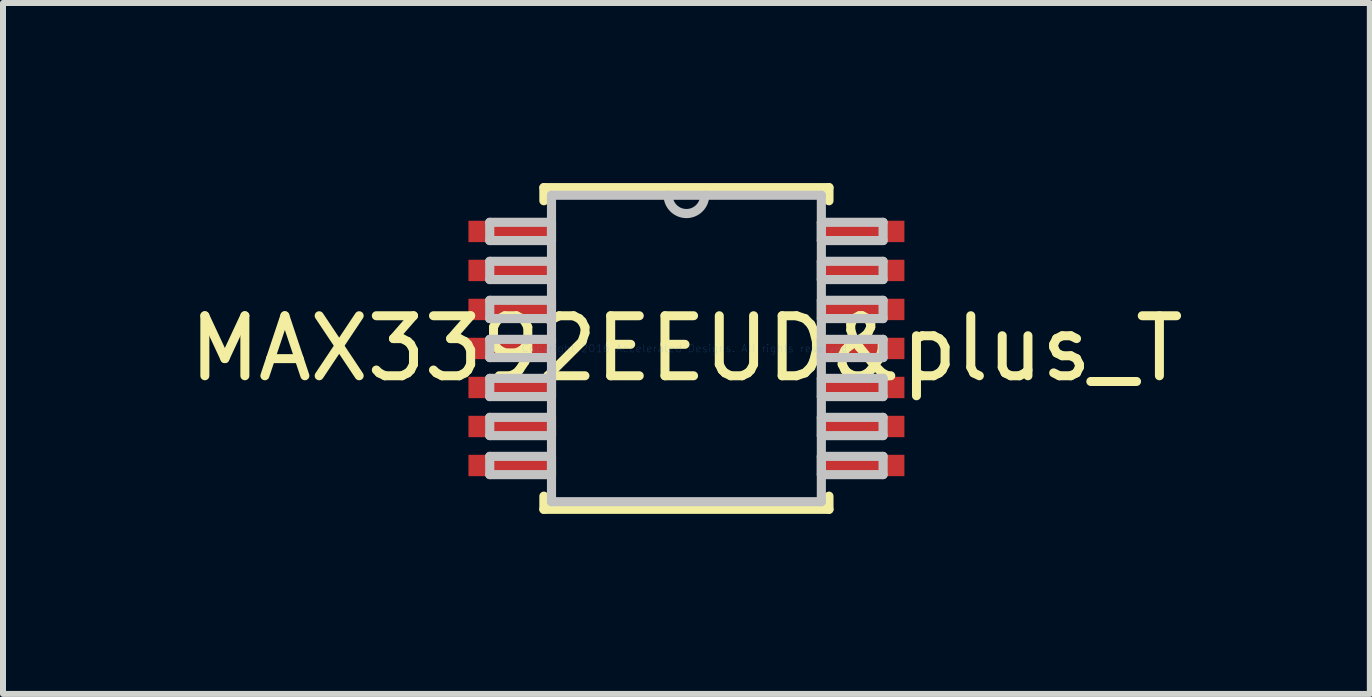
<source format=kicad_pcb>
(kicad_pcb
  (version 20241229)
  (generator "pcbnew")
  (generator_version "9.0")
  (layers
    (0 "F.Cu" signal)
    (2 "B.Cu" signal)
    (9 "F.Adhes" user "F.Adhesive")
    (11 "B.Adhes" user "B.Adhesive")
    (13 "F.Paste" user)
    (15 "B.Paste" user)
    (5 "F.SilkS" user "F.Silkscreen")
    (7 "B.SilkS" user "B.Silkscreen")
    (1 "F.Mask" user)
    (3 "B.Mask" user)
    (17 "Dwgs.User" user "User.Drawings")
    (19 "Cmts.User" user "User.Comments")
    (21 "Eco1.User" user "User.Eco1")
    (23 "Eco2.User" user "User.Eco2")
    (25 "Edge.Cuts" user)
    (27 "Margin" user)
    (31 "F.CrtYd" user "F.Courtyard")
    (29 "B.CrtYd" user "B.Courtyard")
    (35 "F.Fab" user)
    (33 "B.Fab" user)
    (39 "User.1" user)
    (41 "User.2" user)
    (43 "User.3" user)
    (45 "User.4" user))
  (footprint "MAX3392EEUD&plus_T"
    (layer "F.Cu")
    (at 8.387 2.756)
    (property "Reference" "MAX3392EEUD&plus_T" (at 0 0 0) (layer "F.SilkS") (effects (font (size 1 1) (thickness 0.15))))
    (attr through_hole)
    (fp_line (start -2.375 -2.68) (end -2.375 -2.461) (stroke (width 0.152) (type solid)) (layer "F.SilkS"))
    (fp_line (start -2.375 2.461) (end -2.375 2.68) (stroke (width 0.152) (type solid)) (layer "F.SilkS"))
    (fp_line (start -2.375 2.68) (end 2.375 2.68) (stroke (width 0.152) (type solid)) (layer "F.SilkS"))
    (fp_line (start 2.375 -2.68) (end -2.375 -2.68) (stroke (width 0.152) (type solid)) (layer "F.SilkS"))
    (fp_line (start 2.375 -2.461) (end 2.375 -2.68) (stroke (width 0.152) (type solid)) (layer "F.SilkS"))
    (fp_line (start 2.375 2.68) (end 2.375 2.461) (stroke (width 0.152) (type solid)) (layer "F.SilkS"))
    (fp_line (start -3.277 -2.102) (end -3.277 -1.798) (stroke (width 0.152) (type solid)) (layer "Dwgs.User"))
    (fp_line (start -3.277 -1.798) (end -2.248 -1.798) (stroke (width 0.152) (type solid)) (layer "Dwgs.User"))
    (fp_line (start -3.277 -1.452) (end -3.277 -1.148) (stroke (width 0.152) (type solid)) (layer "Dwgs.User"))
    (fp_line (start -3.277 -1.148) (end -2.248 -1.148) (stroke (width 0.152) (type solid)) (layer "Dwgs.User"))
    (fp_line (start -3.277 -0.802) (end -3.277 -0.498) (stroke (width 0.152) (type solid)) (layer "Dwgs.User"))
    (fp_line (start -3.277 -0.498) (end -2.248 -0.498) (stroke (width 0.152) (type solid)) (layer "Dwgs.User"))
    (fp_line (start -3.277 -0.152) (end -3.277 0.152) (stroke (width 0.152) (type solid)) (layer "Dwgs.User"))
    (fp_line (start -3.277 0.152) (end -2.248 0.152) (stroke (width 0.152) (type solid)) (layer "Dwgs.User"))
    (fp_line (start -3.277 0.498) (end -3.277 0.802) (stroke (width 0.152) (type solid)) (layer "Dwgs.User"))
    (fp_line (start -3.277 0.802) (end -2.248 0.802) (stroke (width 0.152) (type solid)) (layer "Dwgs.User"))
    (fp_line (start -3.277 1.148) (end -3.277 1.452) (stroke (width 0.152) (type solid)) (layer "Dwgs.User"))
    (fp_line (start -3.277 1.452) (end -2.248 1.452) (stroke (width 0.152) (type solid)) (layer "Dwgs.User"))
    (fp_line (start -3.277 1.798) (end -3.277 2.102) (stroke (width 0.152) (type solid)) (layer "Dwgs.User"))
    (fp_line (start -3.277 2.102) (end -2.248 2.102) (stroke (width 0.152) (type solid)) (layer "Dwgs.User"))
    (fp_line (start -2.248 -2.553) (end -2.248 2.553) (stroke (width 0.152) (type solid)) (layer "Dwgs.User"))
    (fp_line (start -2.248 -2.102) (end -3.277 -2.102) (stroke (width 0.152) (type solid)) (layer "Dwgs.User"))
    (fp_line (start -2.248 -1.798) (end -2.248 -2.102) (stroke (width 0.152) (type solid)) (layer "Dwgs.User"))
    (fp_line (start -2.248 -1.452) (end -3.277 -1.452) (stroke (width 0.152) (type solid)) (layer "Dwgs.User"))
    (fp_line (start -2.248 -1.148) (end -2.248 -1.452) (stroke (width 0.152) (type solid)) (layer "Dwgs.User"))
    (fp_line (start -2.248 -0.802) (end -3.277 -0.802) (stroke (width 0.152) (type solid)) (layer "Dwgs.User"))
    (fp_line (start -2.248 -0.498) (end -2.248 -0.802) (stroke (width 0.152) (type solid)) (layer "Dwgs.User"))
    (fp_line (start -2.248 -0.152) (end -3.277 -0.152) (stroke (width 0.152) (type solid)) (layer "Dwgs.User"))
    (fp_line (start -2.248 0.152) (end -2.248 -0.152) (stroke (width 0.152) (type solid)) (layer "Dwgs.User"))
    (fp_line (start -2.248 0.498) (end -3.277 0.498) (stroke (width 0.152) (type solid)) (layer "Dwgs.User"))
    (fp_line (start -2.248 0.802) (end -2.248 0.498) (stroke (width 0.152) (type solid)) (layer "Dwgs.User"))
    (fp_line (start -2.248 1.148) (end -3.277 1.148) (stroke (width 0.152) (type solid)) (layer "Dwgs.User"))
    (fp_line (start -2.248 1.452) (end -2.248 1.148) (stroke (width 0.152) (type solid)) (layer "Dwgs.User"))
    (fp_line (start -2.248 1.798) (end -3.277 1.798) (stroke (width 0.152) (type solid)) (layer "Dwgs.User"))
    (fp_line (start -2.248 2.102) (end -2.248 1.798) (stroke (width 0.152) (type solid)) (layer "Dwgs.User"))
    (fp_line (start -2.248 2.553) (end 2.248 2.553) (stroke (width 0.152) (type solid)) (layer "Dwgs.User"))
    (fp_line (start 2.248 -2.553) (end -2.248 -2.553) (stroke (width 0.152) (type solid)) (layer "Dwgs.User"))
    (fp_line (start 2.248 -2.102) (end 2.248 -1.798) (stroke (width 0.152) (type solid)) (layer "Dwgs.User"))
    (fp_line (start 2.248 -1.798) (end 3.277 -1.798) (stroke (width 0.152) (type solid)) (layer "Dwgs.User"))
    (fp_line (start 2.248 -1.452) (end 2.248 -1.148) (stroke (width 0.152) (type solid)) (layer "Dwgs.User"))
    (fp_line (start 2.248 -1.148) (end 3.277 -1.148) (stroke (width 0.152) (type solid)) (layer "Dwgs.User"))
    (fp_line (start 2.248 -0.802) (end 2.248 -0.498) (stroke (width 0.152) (type solid)) (layer "Dwgs.User"))
    (fp_line (start 2.248 -0.498) (end 3.277 -0.498) (stroke (width 0.152) (type solid)) (layer "Dwgs.User"))
    (fp_line (start 2.248 -0.152) (end 2.248 0.152) (stroke (width 0.152) (type solid)) (layer "Dwgs.User"))
    (fp_line (start 2.248 0.152) (end 3.277 0.152) (stroke (width 0.152) (type solid)) (layer "Dwgs.User"))
    (fp_line (start 2.248 0.498) (end 2.248 0.802) (stroke (width 0.152) (type solid)) (layer "Dwgs.User"))
    (fp_line (start 2.248 0.802) (end 3.277 0.802) (stroke (width 0.152) (type solid)) (layer "Dwgs.User"))
    (fp_line (start 2.248 1.148) (end 2.248 1.452) (stroke (width 0.152) (type solid)) (layer "Dwgs.User"))
    (fp_line (start 2.248 1.452) (end 3.277 1.452) (stroke (width 0.152) (type solid)) (layer "Dwgs.User"))
    (fp_line (start 2.248 1.798) (end 2.248 2.102) (stroke (width 0.152) (type solid)) (layer "Dwgs.User"))
    (fp_line (start 2.248 2.102) (end 3.277 2.102) (stroke (width 0.152) (type solid)) (layer "Dwgs.User"))
    (fp_line (start 2.248 2.553) (end 2.248 -2.553) (stroke (width 0.152) (type solid)) (layer "Dwgs.User"))
    (fp_line (start 3.277 -2.102) (end 2.248 -2.102) (stroke (width 0.152) (type solid)) (layer "Dwgs.User"))
    (fp_line (start 3.277 -1.798) (end 3.277 -2.102) (stroke (width 0.152) (type solid)) (layer "Dwgs.User"))
    (fp_line (start 3.277 -1.452) (end 2.248 -1.452) (stroke (width 0.152) (type solid)) (layer "Dwgs.User"))
    (fp_line (start 3.277 -1.148) (end 3.277 -1.452) (stroke (width 0.152) (type solid)) (layer "Dwgs.User"))
    (fp_line (start 3.277 -0.802) (end 2.248 -0.802) (stroke (width 0.152) (type solid)) (layer "Dwgs.User"))
    (fp_line (start 3.277 -0.498) (end 3.277 -0.802) (stroke (width 0.152) (type solid)) (layer "Dwgs.User"))
    (fp_line (start 3.277 -0.152) (end 2.248 -0.152) (stroke (width 0.152) (type solid)) (layer "Dwgs.User"))
    (fp_line (start 3.277 0.152) (end 3.277 -0.152) (stroke (width 0.152) (type solid)) (layer "Dwgs.User"))
    (fp_line (start 3.277 0.498) (end 2.248 0.498) (stroke (width 0.152) (type solid)) (layer "Dwgs.User"))
    (fp_line (start 3.277 0.802) (end 3.277 0.498) (stroke (width 0.152) (type solid)) (layer "Dwgs.User"))
    (fp_line (start 3.277 1.148) (end 2.248 1.148) (stroke (width 0.152) (type solid)) (layer "Dwgs.User"))
    (fp_line (start 3.277 1.452) (end 3.277 1.148) (stroke (width 0.152) (type solid)) (layer "Dwgs.User"))
    (fp_line (start 3.277 1.798) (end 2.248 1.798) (stroke (width 0.152) (type solid)) (layer "Dwgs.User"))
    (fp_line (start 3.277 2.102) (end 3.277 1.798) (stroke (width 0.152) (type solid)) (layer "Dwgs.User"))
    (fp_arc (start 0.3048 -2.5527) (mid 0 -2.2479) (end -0.3048 -2.5527) (stroke (width 0.1524) (type solid)) (layer "Dwgs.User"))
    (fp_text user "Copyright 2016 Accelerated Designs. All rights reserved." (at 0 0 0) (layer "Cmts.User") (effects (font (size 0.127 0.127) (thickness 0.002))))
    (pad "1" smd rect (at -2.921 -1.95) (size 1.422 0.356) (layers "F.Cu" "F.Mask" "F.Paste"))
    (pad "2" smd rect (at -2.921 -1.3) (size 1.422 0.356) (layers "F.Cu" "F.Mask" "F.Paste"))
    (pad "3" smd rect (at -2.921 -0.65) (size 1.422 0.356) (layers "F.Cu" "F.Mask" "F.Paste"))
    (pad "4" smd rect (at -2.921 0) (size 1.422 0.356) (layers "F.Cu" "F.Mask" "F.Paste"))
    (pad "5" smd rect (at -2.921 0.65) (size 1.422 0.356) (layers "F.Cu" "F.Mask" "F.Paste"))
    (pad "6" smd rect (at -2.921 1.3) (size 1.422 0.356) (layers "F.Cu" "F.Mask" "F.Paste"))
    (pad "7" smd rect (at -2.921 1.95) (size 1.422 0.356) (layers "F.Cu" "F.Mask" "F.Paste"))
    (pad "8" smd rect (at 2.921 1.95) (size 1.422 0.356) (layers "F.Cu" "F.Mask" "F.Paste"))
    (pad "9" smd rect (at 2.921 1.3) (size 1.422 0.356) (layers "F.Cu" "F.Mask" "F.Paste"))
    (pad "10" smd rect (at 2.921 0.65) (size 1.422 0.356) (layers "F.Cu" "F.Mask" "F.Paste"))
    (pad "11" smd rect (at 2.921 0) (size 1.422 0.356) (layers "F.Cu" "F.Mask" "F.Paste"))
    (pad "12" smd rect (at 2.921 -0.65) (size 1.422 0.356) (layers "F.Cu" "F.Mask" "F.Paste"))
    (pad "13" smd rect (at 2.921 -1.3) (size 1.422 0.356) (layers "F.Cu" "F.Mask" "F.Paste"))
    (pad "14" smd rect (at 2.921 -1.95) (size 1.422 0.356) (layers "F.Cu" "F.Mask" "F.Paste")))
  (gr_rect
    (start -3 -3)
    (end 19.774 8.512)
    (stroke (width 0.1) (type default))
    (fill no)
    (layer "Edge.Cuts")))
</source>
